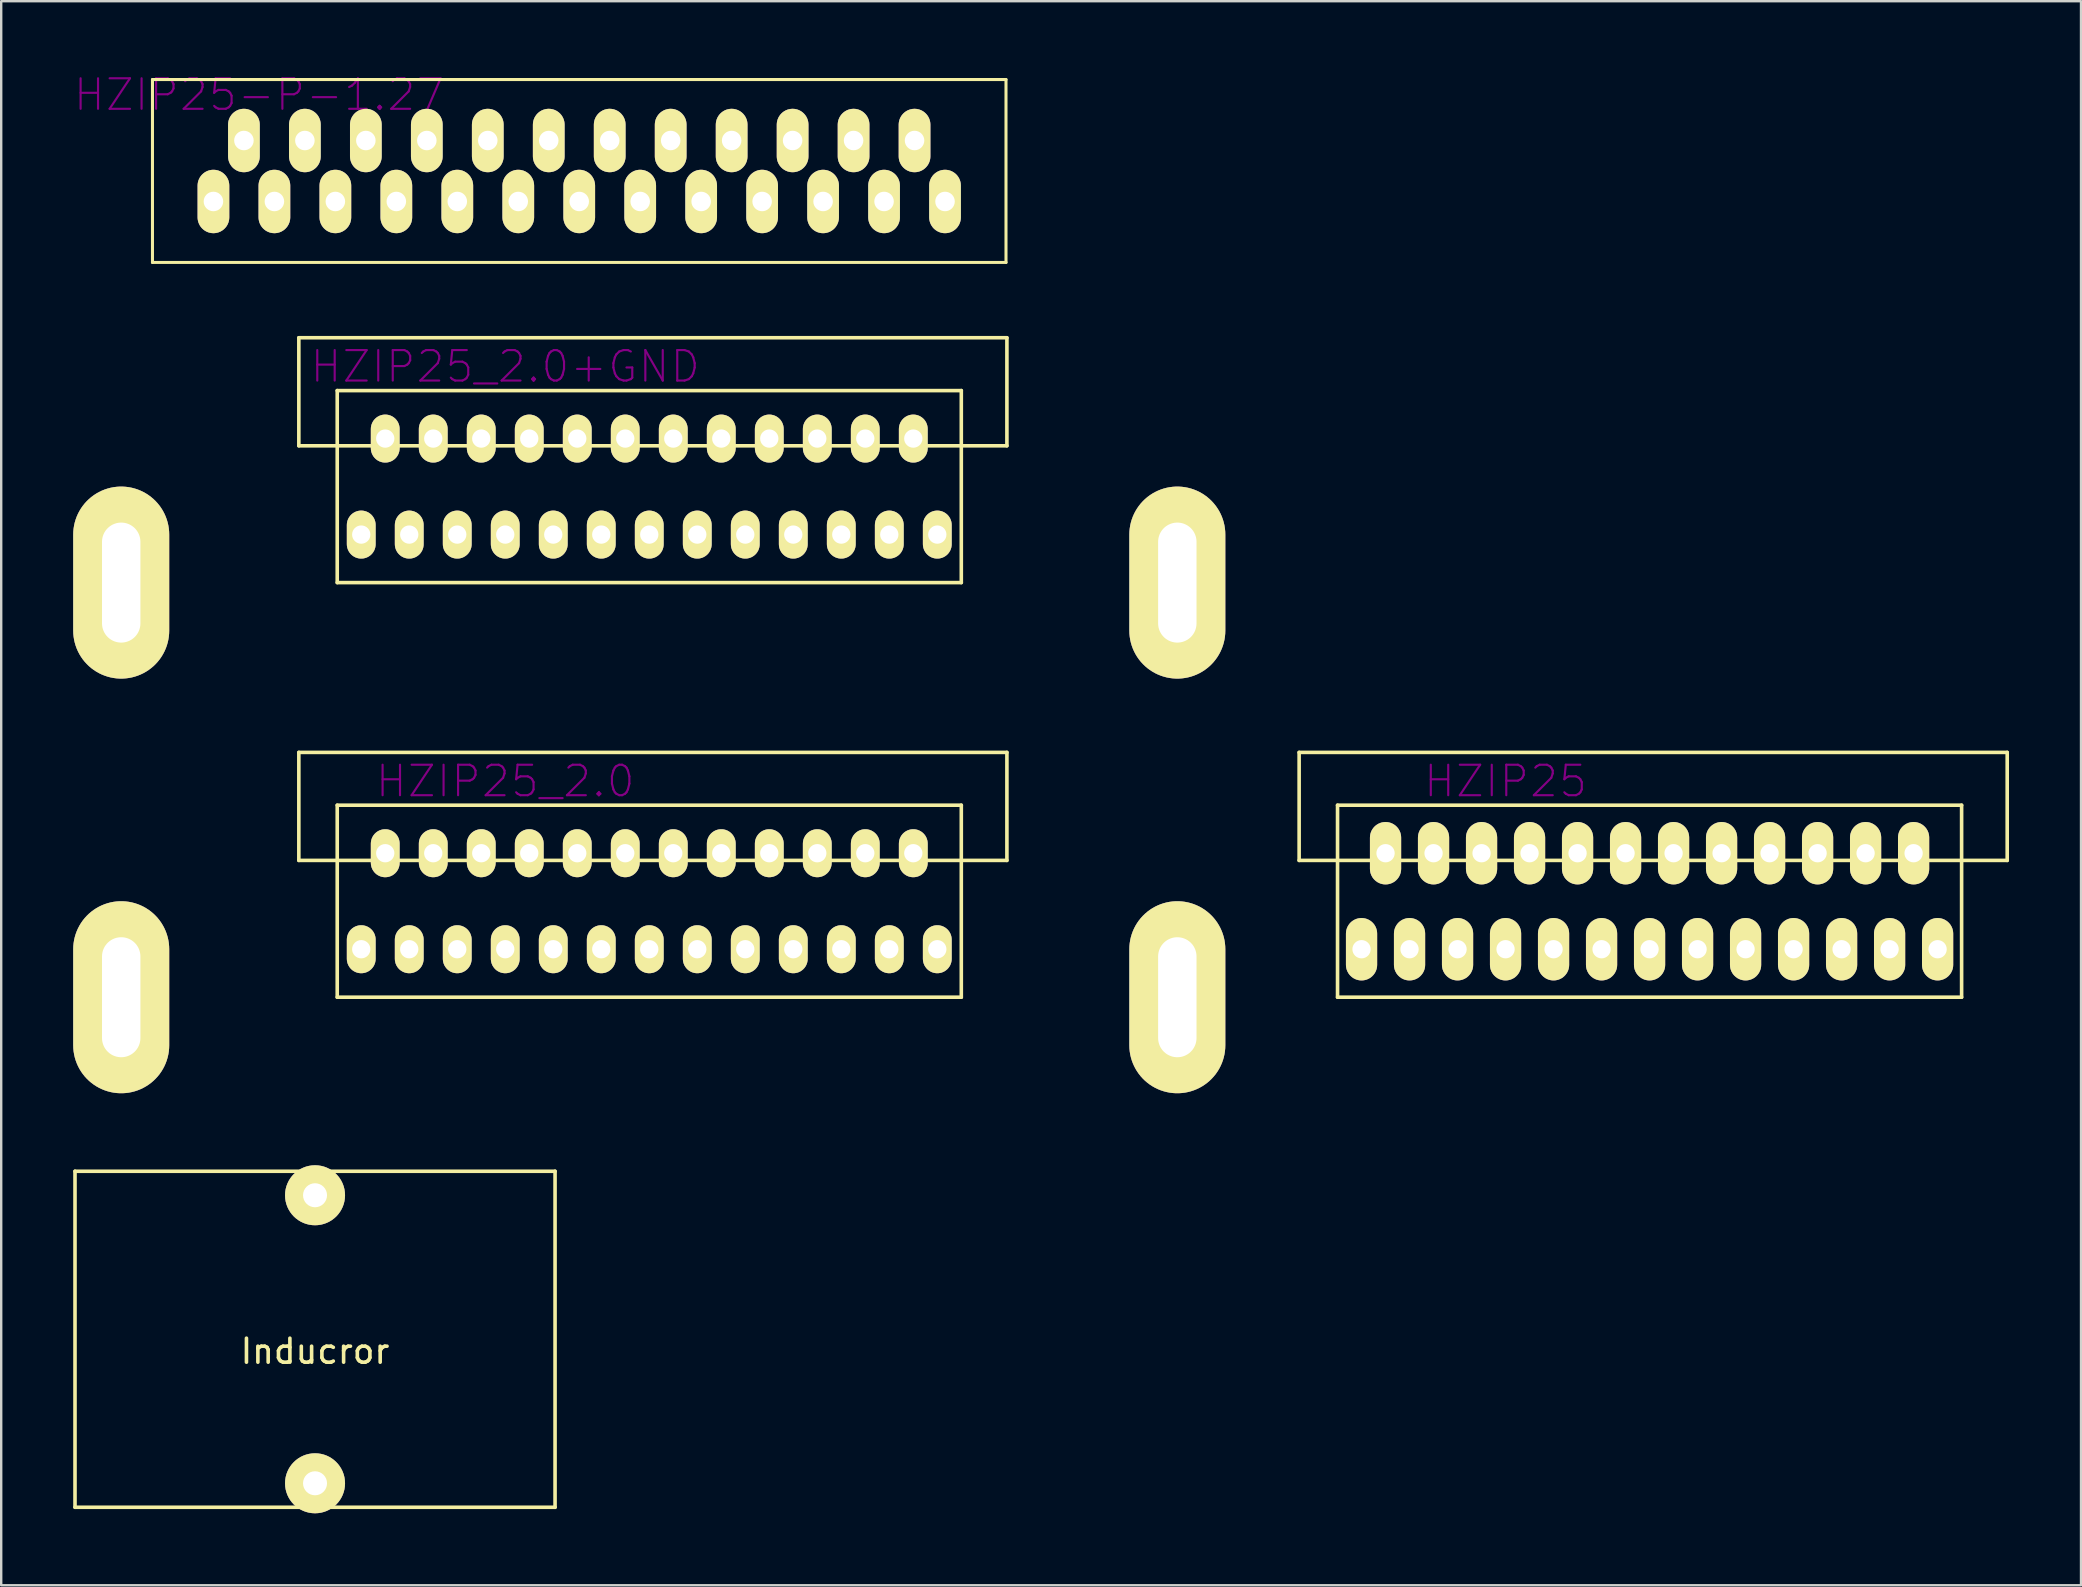
<source format=kicad_pcb>
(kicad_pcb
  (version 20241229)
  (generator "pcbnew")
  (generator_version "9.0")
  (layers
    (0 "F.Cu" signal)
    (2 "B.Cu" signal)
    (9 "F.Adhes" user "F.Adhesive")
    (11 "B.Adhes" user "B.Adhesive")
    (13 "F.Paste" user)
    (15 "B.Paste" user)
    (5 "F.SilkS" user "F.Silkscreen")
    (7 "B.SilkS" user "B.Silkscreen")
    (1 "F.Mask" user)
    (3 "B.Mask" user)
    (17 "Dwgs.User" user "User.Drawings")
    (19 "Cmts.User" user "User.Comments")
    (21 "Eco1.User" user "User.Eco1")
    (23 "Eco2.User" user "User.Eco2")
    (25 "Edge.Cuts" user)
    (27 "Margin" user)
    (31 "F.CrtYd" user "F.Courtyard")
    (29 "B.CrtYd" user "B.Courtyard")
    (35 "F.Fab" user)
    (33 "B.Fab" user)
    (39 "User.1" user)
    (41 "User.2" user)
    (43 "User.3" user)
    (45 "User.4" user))
  (footprint "HZIP25_2.0"
    (layer "F.Cu")
    (at 12 36.497)
    (property "Reference" "HZIP25_2.0" (at 6 -7 0) (layer "F.Adhes") (effects (font (size 1.27 1.27) (thickness 0.089))))
    (attr exclude_from_pos_files exclude_from_bom)
    (fp_line (start -2.6 -8.2) (end 26.9 -8.2) (stroke (width 0.15) (type solid)) (layer "F.SilkS"))
    (fp_line (start -2.6 -3.7) (end -2.6 -8.2) (stroke (width 0.15) (type solid)) (layer "F.SilkS"))
    (fp_line (start -1 -6) (end -1 2) (stroke (width 0.15) (type solid)) (layer "F.SilkS"))
    (fp_line (start -1 2) (end 25 2) (stroke (width 0.15) (type solid)) (layer "F.SilkS"))
    (fp_line (start 25 -6) (end -1 -6) (stroke (width 0.15) (type solid)) (layer "F.SilkS"))
    (fp_line (start 25 2) (end 25 -6) (stroke (width 0.15) (type solid)) (layer "F.SilkS"))
    (fp_line (start 26.9 -8.2) (end 26.9 -3.7) (stroke (width 0.15) (type solid)) (layer "F.SilkS"))
    (fp_line (start 26.9 -3.7) (end -2.6 -3.7) (stroke (width 0.15) (type solid)) (layer "F.SilkS"))
    (pad "1" thru_hole oval (at 0 0) (size 1.2 2) (drill 0.762) (layers "*.Cu" "F.Mask" "F.SilkS" "F.Paste"))
    (pad "2" thru_hole oval (at 1 -4) (size 1.2 2) (drill 0.762) (layers "*.Cu" "F.Mask" "F.SilkS" "F.Paste"))
    (pad "3" thru_hole oval (at 2 0) (size 1.2 2) (drill 0.762) (layers "*.Cu" "F.Mask" "F.SilkS" "F.Paste"))
    (pad "4" thru_hole oval (at 3 -4) (size 1.2 2) (drill 0.762) (layers "*.Cu" "F.Mask" "F.SilkS" "F.Paste"))
    (pad "5" thru_hole oval (at 4 0) (size 1.2 2) (drill 0.762) (layers "*.Cu" "F.Mask" "F.SilkS" "F.Paste"))
    (pad "6" thru_hole oval (at 5 -4) (size 1.2 2) (drill 0.762) (layers "*.Cu" "F.Mask" "F.SilkS" "F.Paste"))
    (pad "7" thru_hole oval (at 6 0) (size 1.2 2) (drill 0.762) (layers "*.Cu" "F.Mask" "F.SilkS" "F.Paste"))
    (pad "8" thru_hole oval (at 7 -4) (size 1.2 2) (drill 0.762) (layers "*.Cu" "F.Mask" "F.SilkS" "F.Paste"))
    (pad "9" thru_hole oval (at 8 0) (size 1.2 2) (drill 0.762) (layers "*.Cu" "F.Mask" "F.SilkS" "F.Paste"))
    (pad "10" thru_hole oval (at 9 -4) (size 1.2 2) (drill 0.762) (layers "*.Cu" "F.Mask" "F.SilkS" "F.Paste"))
    (pad "11" thru_hole oval (at 10 0) (size 1.2 2) (drill 0.762) (layers "*.Cu" "F.Mask" "F.SilkS" "F.Paste"))
    (pad "12" thru_hole oval (at 11 -4) (size 1.2 2) (drill 0.762) (layers "*.Cu" "F.Mask" "F.SilkS" "F.Paste"))
    (pad "13" thru_hole oval (at 12 0) (size 1.2 2) (drill 0.762) (layers "*.Cu" "F.Mask" "F.SilkS" "F.Paste"))
    (pad "14" thru_hole oval (at 13 -4) (size 1.2 2) (drill 0.762) (layers "*.Cu" "F.Mask" "F.SilkS" "F.Paste"))
    (pad "15" thru_hole oval (at 14 0) (size 1.2 2) (drill 0.762) (layers "*.Cu" "F.Mask" "F.SilkS" "F.Paste"))
    (pad "16" thru_hole oval (at 15 -4) (size 1.2 2) (drill 0.762) (layers "*.Cu" "F.Mask" "F.SilkS" "F.Paste"))
    (pad "17" thru_hole oval (at 16 0) (size 1.2 2) (drill 0.762) (layers "*.Cu" "F.Mask" "F.SilkS" "F.Paste"))
    (pad "18" thru_hole oval (at 17 -4) (size 1.2 2) (drill 0.762) (layers "*.Cu" "F.Mask" "F.SilkS" "F.Paste"))
    (pad "19" thru_hole oval (at 18 0) (size 1.2 2) (drill 0.762) (layers "*.Cu" "F.Mask" "F.SilkS" "F.Paste"))
    (pad "20" thru_hole oval (at 19 -4) (size 1.2 2) (drill 0.762) (layers "*.Cu" "F.Mask" "F.SilkS" "F.Paste"))
    (pad "21" thru_hole oval (at 20 0) (size 1.2 2) (drill 0.762) (layers "*.Cu" "F.Mask" "F.SilkS" "F.Paste"))
    (pad "22" thru_hole oval (at 21 -4) (size 1.2 2) (drill 0.762) (layers "*.Cu" "F.Mask" "F.SilkS" "F.Paste"))
    (pad "23" thru_hole oval (at 22 0) (size 1.2 2) (drill 0.762) (layers "*.Cu" "F.Mask" "F.SilkS" "F.Paste"))
    (pad "24" thru_hole oval (at 23 -4) (size 1.2 2) (drill 0.762) (layers "*.Cu" "F.Mask" "F.SilkS" "F.Paste"))
    (pad "25" thru_hole oval (at 24 0) (size 1.2 2) (drill 0.762) (layers "*.Cu" "F.Mask" "F.SilkS" "F.Paste"))
    (pad "GND1" thru_hole oval (at -10 2) (size 4 8) (drill oval 1.6 5) (layers "*.Cu" "*.Mask" "F.SilkS"))
    (pad "GND2" thru_hole oval (at 34 2) (size 4 8) (drill oval 1.6 5) (layers "*.Cu" "F.Mask" "F.SilkS" "F.Paste")))
  (footprint "HZIP25"
    (layer "F.Cu")
    (at 53.675 36.497)
    (property "Reference" "HZIP25" (at 6 -7 0) (layer "F.Adhes") (effects (font (size 1.27 1.27) (thickness 0.089))))
    (attr exclude_from_pos_files exclude_from_bom)
    (fp_line (start -2.6 -8.2) (end 26.9 -8.2) (stroke (width 0.15) (type solid)) (layer "F.SilkS"))
    (fp_line (start -2.6 -3.7) (end -2.6 -8.2) (stroke (width 0.15) (type solid)) (layer "F.SilkS"))
    (fp_line (start -1 -6) (end -1 2) (stroke (width 0.15) (type solid)) (layer "F.SilkS"))
    (fp_line (start -1 2) (end 25 2) (stroke (width 0.15) (type solid)) (layer "F.SilkS"))
    (fp_line (start 25 -6) (end -1 -6) (stroke (width 0.15) (type solid)) (layer "F.SilkS"))
    (fp_line (start 25 2) (end 25 -6) (stroke (width 0.15) (type solid)) (layer "F.SilkS"))
    (fp_line (start 26.9 -8.2) (end 26.9 -3.7) (stroke (width 0.15) (type solid)) (layer "F.SilkS"))
    (fp_line (start 26.9 -3.7) (end -2.6 -3.7) (stroke (width 0.15) (type solid)) (layer "F.SilkS"))
    (pad "1" thru_hole oval (at 0 0) (size 1.3 2.6) (drill 0.762) (layers "*.Cu" "F.Mask" "F.SilkS" "F.Paste"))
    (pad "2" thru_hole oval (at 1 -4) (size 1.3 2.6) (drill 0.762) (layers "*.Cu" "F.Mask" "F.SilkS" "F.Paste"))
    (pad "3" thru_hole oval (at 2 0) (size 1.3 2.6) (drill 0.762) (layers "*.Cu" "F.Mask" "F.SilkS" "F.Paste"))
    (pad "4" thru_hole oval (at 3 -4) (size 1.3 2.6) (drill 0.762) (layers "*.Cu" "F.Mask" "F.SilkS" "F.Paste"))
    (pad "5" thru_hole oval (at 4 0) (size 1.3 2.6) (drill 0.762) (layers "*.Cu" "F.Mask" "F.SilkS" "F.Paste"))
    (pad "6" thru_hole oval (at 5 -4) (size 1.3 2.6) (drill 0.762) (layers "*.Cu" "F.Mask" "F.SilkS" "F.Paste"))
    (pad "7" thru_hole oval (at 6 0) (size 1.3 2.6) (drill 0.762) (layers "*.Cu" "F.Mask" "F.SilkS" "F.Paste"))
    (pad "8" thru_hole oval (at 7 -4) (size 1.3 2.6) (drill 0.762) (layers "*.Cu" "F.Mask" "F.SilkS" "F.Paste"))
    (pad "9" thru_hole oval (at 8 0) (size 1.3 2.6) (drill 0.762) (layers "*.Cu" "F.Mask" "F.SilkS" "F.Paste"))
    (pad "10" thru_hole oval (at 9 -4) (size 1.3 2.6) (drill 0.762) (layers "*.Cu" "F.Mask" "F.SilkS" "F.Paste"))
    (pad "11" thru_hole oval (at 10 0) (size 1.3 2.6) (drill 0.762) (layers "*.Cu" "F.Mask" "F.SilkS" "F.Paste"))
    (pad "12" thru_hole oval (at 11 -4) (size 1.3 2.6) (drill 0.762) (layers "*.Cu" "F.Mask" "F.SilkS" "F.Paste"))
    (pad "13" thru_hole oval (at 12 0) (size 1.3 2.6) (drill 0.762) (layers "*.Cu" "F.Mask" "F.SilkS" "F.Paste"))
    (pad "14" thru_hole oval (at 13 -4) (size 1.3 2.6) (drill 0.762) (layers "*.Cu" "F.Mask" "F.SilkS" "F.Paste"))
    (pad "15" thru_hole oval (at 14 0) (size 1.3 2.6) (drill 0.762) (layers "*.Cu" "F.Mask" "F.SilkS" "F.Paste"))
    (pad "16" thru_hole oval (at 15 -4) (size 1.3 2.6) (drill 0.762) (layers "*.Cu" "F.Mask" "F.SilkS" "F.Paste"))
    (pad "17" thru_hole oval (at 16 0) (size 1.3 2.6) (drill 0.762) (layers "*.Cu" "F.Mask" "F.SilkS" "F.Paste"))
    (pad "18" thru_hole oval (at 17 -4) (size 1.3 2.6) (drill 0.762) (layers "*.Cu" "F.Mask" "F.SilkS" "F.Paste"))
    (pad "19" thru_hole oval (at 18 0) (size 1.3 2.6) (drill 0.762) (layers "*.Cu" "F.Mask" "F.SilkS" "F.Paste"))
    (pad "20" thru_hole oval (at 19 -4) (size 1.3 2.6) (drill 0.762) (layers "*.Cu" "F.Mask" "F.SilkS" "F.Paste"))
    (pad "21" thru_hole oval (at 20 0) (size 1.3 2.6) (drill 0.762) (layers "*.Cu" "F.Mask" "F.SilkS" "F.Paste"))
    (pad "22" thru_hole oval (at 21 -4) (size 1.3 2.6) (drill 0.762) (layers "*.Cu" "F.Mask" "F.SilkS" "F.Paste"))
    (pad "23" thru_hole oval (at 22 0) (size 1.3 2.6) (drill 0.762) (layers "*.Cu" "F.Mask" "F.SilkS" "F.Paste"))
    (pad "24" thru_hole oval (at 23 -4) (size 1.3 2.6) (drill 0.762) (layers "*.Cu" "F.Mask" "F.SilkS" "F.Paste"))
    (pad "25" thru_hole oval (at 24 0) (size 1.3 2.6) (drill 0.762) (layers "*.Cu" "F.Mask" "F.SilkS" "F.Paste")))
  (footprint "HZIP25-P-1.27"
    (layer "F.Cu")
    (at 23.622 0.264)
    (property "Reference" "HZIP25-P-1.27" (at -15.875 0.635 0) (layer "F.Adhes") (effects (font (size 1.27 1.27) (thickness 0.089))))
    (attr exclude_from_pos_files exclude_from_bom)
    (fp_line (start -20.32 0) (end 15.24 0) (stroke (width 0.127) (type solid)) (layer "F.SilkS"))
    (fp_line (start -20.32 7.62) (end -20.32 0) (stroke (width 0.127) (type solid)) (layer "F.SilkS"))
    (fp_line (start 15.24 0) (end 15.24 7.62) (stroke (width 0.127) (type solid)) (layer "F.SilkS"))
    (fp_line (start 15.24 7.62) (end -20.32 7.62) (stroke (width 0.127) (type solid)) (layer "F.SilkS"))
    (pad "1" thru_hole oval (at -17.78 5.08) (size 1.321 2.642) (drill 0.813) (layers "*.Cu" "F.Mask" "F.SilkS" "F.Paste"))
    (pad "2" thru_hole oval (at -16.51 2.54) (size 1.321 2.642) (drill 0.813) (layers "*.Cu" "F.Mask" "F.SilkS" "F.Paste"))
    (pad "3" thru_hole oval (at -15.24 5.08) (size 1.321 2.642) (drill 0.813) (layers "*.Cu" "F.Mask" "F.SilkS" "F.Paste"))
    (pad "4" thru_hole oval (at -13.97 2.54) (size 1.321 2.642) (drill 0.813) (layers "*.Cu" "F.Mask" "F.SilkS" "F.Paste"))
    (pad "5" thru_hole oval (at -12.7 5.08) (size 1.321 2.642) (drill 0.813) (layers "*.Cu" "F.Mask" "F.SilkS" "F.Paste"))
    (pad "6" thru_hole oval (at -11.43 2.54) (size 1.321 2.642) (drill 0.813) (layers "*.Cu" "F.Mask" "F.SilkS" "F.Paste"))
    (pad "7" thru_hole oval (at -10.16 5.08) (size 1.321 2.642) (drill 0.813) (layers "*.Cu" "F.Mask" "F.SilkS" "F.Paste"))
    (pad "8" thru_hole oval (at -8.89 2.54) (size 1.321 2.642) (drill 0.813) (layers "*.Cu" "F.Mask" "F.SilkS" "F.Paste"))
    (pad "9" thru_hole oval (at -7.62 5.08) (size 1.321 2.642) (drill 0.813) (layers "*.Cu" "F.Mask" "F.SilkS" "F.Paste"))
    (pad "10" thru_hole oval (at -6.35 2.54) (size 1.321 2.642) (drill 0.813) (layers "*.Cu" "F.Mask" "F.SilkS" "F.Paste"))
    (pad "11" thru_hole oval (at -5.08 5.08) (size 1.321 2.642) (drill 0.813) (layers "*.Cu" "F.Mask" "F.SilkS" "F.Paste"))
    (pad "12" thru_hole oval (at -3.81 2.54) (size 1.321 2.642) (drill 0.813) (layers "*.Cu" "F.Mask" "F.SilkS" "F.Paste"))
    (pad "13" thru_hole oval (at -2.54 5.08) (size 1.321 2.642) (drill 0.813) (layers "*.Cu" "F.Mask" "F.SilkS" "F.Paste"))
    (pad "14" thru_hole oval (at -1.27 2.54) (size 1.321 2.642) (drill 0.813) (layers "*.Cu" "F.Mask" "F.SilkS" "F.Paste"))
    (pad "15" thru_hole oval (at 0 5.08) (size 1.321 2.642) (drill 0.813) (layers "*.Cu" "F.Mask" "F.SilkS" "F.Paste"))
    (pad "16" thru_hole oval (at 1.27 2.54) (size 1.321 2.642) (drill 0.813) (layers "*.Cu" "F.Mask" "F.SilkS" "F.Paste"))
    (pad "17" thru_hole oval (at 2.54 5.08) (size 1.321 2.642) (drill 0.813) (layers "*.Cu" "F.Mask" "F.SilkS" "F.Paste"))
    (pad "18" thru_hole oval (at 3.81 2.54) (size 1.321 2.642) (drill 0.813) (layers "*.Cu" "F.Mask" "F.SilkS" "F.Paste"))
    (pad "19" thru_hole oval (at 5.08 5.08) (size 1.321 2.642) (drill 0.813) (layers "*.Cu" "F.Mask" "F.SilkS" "F.Paste"))
    (pad "20" thru_hole oval (at 6.35 2.54) (size 1.321 2.642) (drill 0.813) (layers "*.Cu" "F.Mask" "F.SilkS" "F.Paste"))
    (pad "21" thru_hole oval (at 7.62 5.08) (size 1.321 2.642) (drill 0.813) (layers "*.Cu" "F.Mask" "F.SilkS" "F.Paste"))
    (pad "22" thru_hole oval (at 8.89 2.54) (size 1.321 2.642) (drill 0.813) (layers "*.Cu" "F.Mask" "F.SilkS" "F.Paste"))
    (pad "23" thru_hole oval (at 10.16 5.08) (size 1.321 2.642) (drill 0.813) (layers "*.Cu" "F.Mask" "F.SilkS" "F.Paste"))
    (pad "24" thru_hole oval (at 11.43 2.54) (size 1.321 2.642) (drill 0.813) (layers "*.Cu" "F.Mask" "F.SilkS" "F.Paste"))
    (pad "25" thru_hole oval (at 12.7 5.08) (size 1.321 2.642) (drill 0.813) (layers "*.Cu" "F.Mask" "F.SilkS" "F.Paste")))
  (footprint "Inducror"
    (layer "F.Cu")
    (at 10.075 52.747)
    (property "Reference" "Inducror" (at 0 0.5 0) (layer "F.SilkS") (effects (font (size 1 1) (thickness 0.15))))
    (attr through_hole)
    (fp_line (start -10 -7) (end 10 -7) (stroke (width 0.15) (type solid)) (layer "F.SilkS"))
    (fp_line (start -10 7) (end -10 -7) (stroke (width 0.15) (type solid)) (layer "F.SilkS"))
    (fp_line (start 10 -7) (end 10 7) (stroke (width 0.15) (type solid)) (layer "F.SilkS"))
    (fp_line (start 10 7) (end -10 7) (stroke (width 0.15) (type solid)) (layer "F.SilkS"))
    (pad "1" thru_hole circle (at 0 -6) (size 2.5 2.5) (drill 1) (layers "*.Cu" "*.Mask" "F.SilkS"))
    (pad "2" thru_hole circle (at 0 6) (size 2.5 2.5) (drill 1) (layers "*.Cu" "*.Mask" "F.SilkS")))
  (footprint "HZIP25_2.0+GND"
    (layer "F.Cu")
    (at 12 19.222)
    (property "Reference" "HZIP25_2.0+GND" (at 6 -7 0) (layer "F.Adhes") (effects (font (size 1.27 1.27) (thickness 0.089))))
    (attr exclude_from_pos_files exclude_from_bom)
    (fp_line (start -2.6 -8.2) (end 26.9 -8.2) (stroke (width 0.15) (type solid)) (layer "F.SilkS"))
    (fp_line (start -2.6 -3.7) (end -2.6 -8.2) (stroke (width 0.15) (type solid)) (layer "F.SilkS"))
    (fp_line (start -1 -6) (end -1 2) (stroke (width 0.15) (type solid)) (layer "F.SilkS"))
    (fp_line (start -1 2) (end 25 2) (stroke (width 0.15) (type solid)) (layer "F.SilkS"))
    (fp_line (start 25 -6) (end -1 -6) (stroke (width 0.15) (type solid)) (layer "F.SilkS"))
    (fp_line (start 25 2) (end 25 -6) (stroke (width 0.15) (type solid)) (layer "F.SilkS"))
    (fp_line (start 26.9 -8.2) (end 26.9 -3.7) (stroke (width 0.15) (type solid)) (layer "F.SilkS"))
    (fp_line (start 26.9 -3.7) (end -2.6 -3.7) (stroke (width 0.15) (type solid)) (layer "F.SilkS"))
    (pad "1" thru_hole oval (at 0 0) (size 1.2 2) (drill 0.762) (layers "*.Cu" "F.Mask" "F.SilkS" "F.Paste"))
    (pad "2" thru_hole oval (at 1 -4) (size 1.2 2) (drill 0.762) (layers "*.Cu" "F.Mask" "F.SilkS" "F.Paste"))
    (pad "3" thru_hole oval (at 2 0) (size 1.2 2) (drill 0.762) (layers "*.Cu" "F.Mask" "F.SilkS" "F.Paste"))
    (pad "4" thru_hole oval (at 3 -4) (size 1.2 2) (drill 0.762) (layers "*.Cu" "F.Mask" "F.SilkS" "F.Paste"))
    (pad "5" thru_hole oval (at 4 0) (size 1.2 2) (drill 0.762) (layers "*.Cu" "F.Mask" "F.SilkS" "F.Paste"))
    (pad "6" thru_hole oval (at 5 -4) (size 1.2 2) (drill 0.762) (layers "*.Cu" "F.Mask" "F.SilkS" "F.Paste"))
    (pad "7" thru_hole oval (at 6 0) (size 1.2 2) (drill 0.762) (layers "*.Cu" "F.Mask" "F.SilkS" "F.Paste"))
    (pad "8" thru_hole oval (at 7 -4) (size 1.2 2) (drill 0.762) (layers "*.Cu" "F.Mask" "F.SilkS" "F.Paste"))
    (pad "9" thru_hole oval (at 8 0) (size 1.2 2) (drill 0.762) (layers "*.Cu" "F.Mask" "F.SilkS" "F.Paste"))
    (pad "10" thru_hole oval (at 9 -4) (size 1.2 2) (drill 0.762) (layers "*.Cu" "F.Mask" "F.SilkS" "F.Paste"))
    (pad "11" thru_hole oval (at 10 0) (size 1.2 2) (drill 0.762) (layers "*.Cu" "F.Mask" "F.SilkS" "F.Paste"))
    (pad "12" thru_hole oval (at 11 -4) (size 1.2 2) (drill 0.762) (layers "*.Cu" "F.Mask" "F.SilkS" "F.Paste"))
    (pad "13" thru_hole oval (at 12 0) (size 1.2 2) (drill 0.762) (layers "*.Cu" "F.Mask" "F.SilkS" "F.Paste"))
    (pad "14" thru_hole oval (at 13 -4) (size 1.2 2) (drill 0.762) (layers "*.Cu" "F.Mask" "F.SilkS" "F.Paste"))
    (pad "15" thru_hole oval (at 14 0) (size 1.2 2) (drill 0.762) (layers "*.Cu" "F.Mask" "F.SilkS" "F.Paste"))
    (pad "16" thru_hole oval (at 15 -4) (size 1.2 2) (drill 0.762) (layers "*.Cu" "F.Mask" "F.SilkS" "F.Paste"))
    (pad "17" thru_hole oval (at 16 0) (size 1.2 2) (drill 0.762) (layers "*.Cu" "F.Mask" "F.SilkS" "F.Paste"))
    (pad "18" thru_hole oval (at 17 -4) (size 1.2 2) (drill 0.762) (layers "*.Cu" "F.Mask" "F.SilkS" "F.Paste"))
    (pad "19" thru_hole oval (at 18 0) (size 1.2 2) (drill 0.762) (layers "*.Cu" "F.Mask" "F.SilkS" "F.Paste"))
    (pad "20" thru_hole oval (at 19 -4) (size 1.2 2) (drill 0.762) (layers "*.Cu" "F.Mask" "F.SilkS" "F.Paste"))
    (pad "21" thru_hole oval (at 20 0) (size 1.2 2) (drill 0.762) (layers "*.Cu" "F.Mask" "F.SilkS" "F.Paste"))
    (pad "22" thru_hole oval (at 21 -4) (size 1.2 2) (drill 0.762) (layers "*.Cu" "F.Mask" "F.SilkS" "F.Paste"))
    (pad "23" thru_hole oval (at 22 0) (size 1.2 2) (drill 0.762) (layers "*.Cu" "F.Mask" "F.SilkS" "F.Paste"))
    (pad "24" thru_hole oval (at 23 -4) (size 1.2 2) (drill 0.762) (layers "*.Cu" "F.Mask" "F.SilkS" "F.Paste"))
    (pad "25" thru_hole oval (at 24 0) (size 1.2 2) (drill 0.762) (layers "*.Cu" "F.Mask" "F.SilkS" "F.Paste"))
    (pad "GND1" thru_hole oval (at -10 2) (size 4 8) (drill oval 1.6 5) (layers "*.Cu" "*.Mask" "F.SilkS"))
    (pad "GND2" thru_hole oval (at 34 2) (size 4 8) (drill oval 1.6 5) (layers "*.Cu" "F.Mask" "F.SilkS" "F.Paste")))
  (gr_rect
    (start -3 -3)
    (end 83.65 62.997)
    (stroke (width 0.1) (type default))
    (fill no)
    (layer "Edge.Cuts")))
</source>
